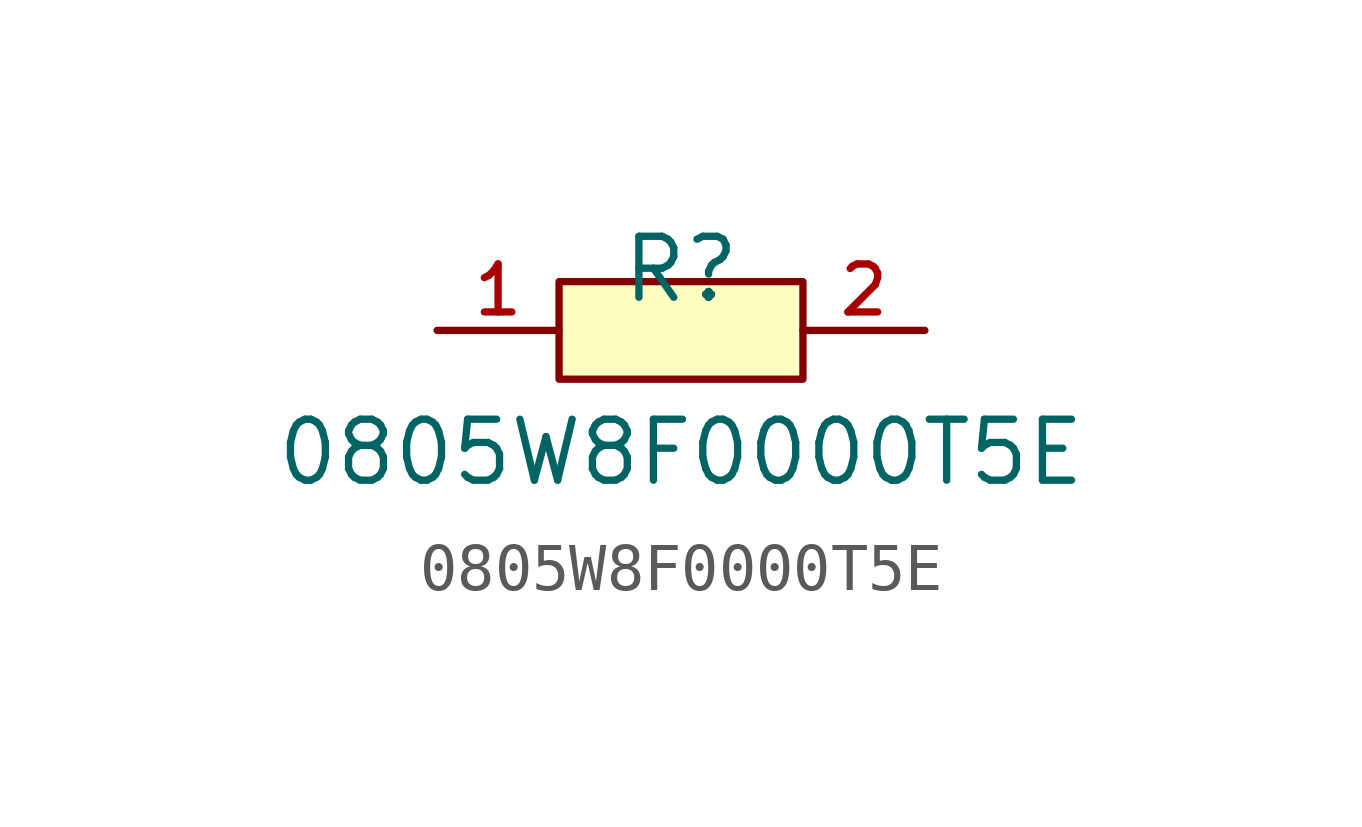
<source format=kicad_sym>
(kicad_symbol_lib
  (version 20210201)
  (generator TousstNicolas/JLC2KiCad_lib)
  (symbol "0805W8F0000T5E"
    (pin_names hide)
    (property "Reference" "R"
      (at 0 1.27 0)
      (effects (font (size 1.27 1.27))))
    (property "Value" "0805W8F0000T5E"
      (at 0 -2.54 0)
      (effects (font (size 1.27 1.27))))
    (symbol "0805W8F0000T5E_0_1"
      (pin input line (at 5.08 -0.0 180) (length 2.54) (name "2" (effects (font (size 1 1)))) (number "2" (effects (font (size 1 1)))))
      (pin input line (at -5.08 -0.0 0) (length 2.54) (name "1" (effects (font (size 1 1)))) (number "1" (effects (font (size 1 1)))))
      (rectangle (start -2.54 1.016) (end 2.54 -1.016) (stroke (width 0) (type default) (color 0 0 0 0)) (fill (type background))))))
</source>
